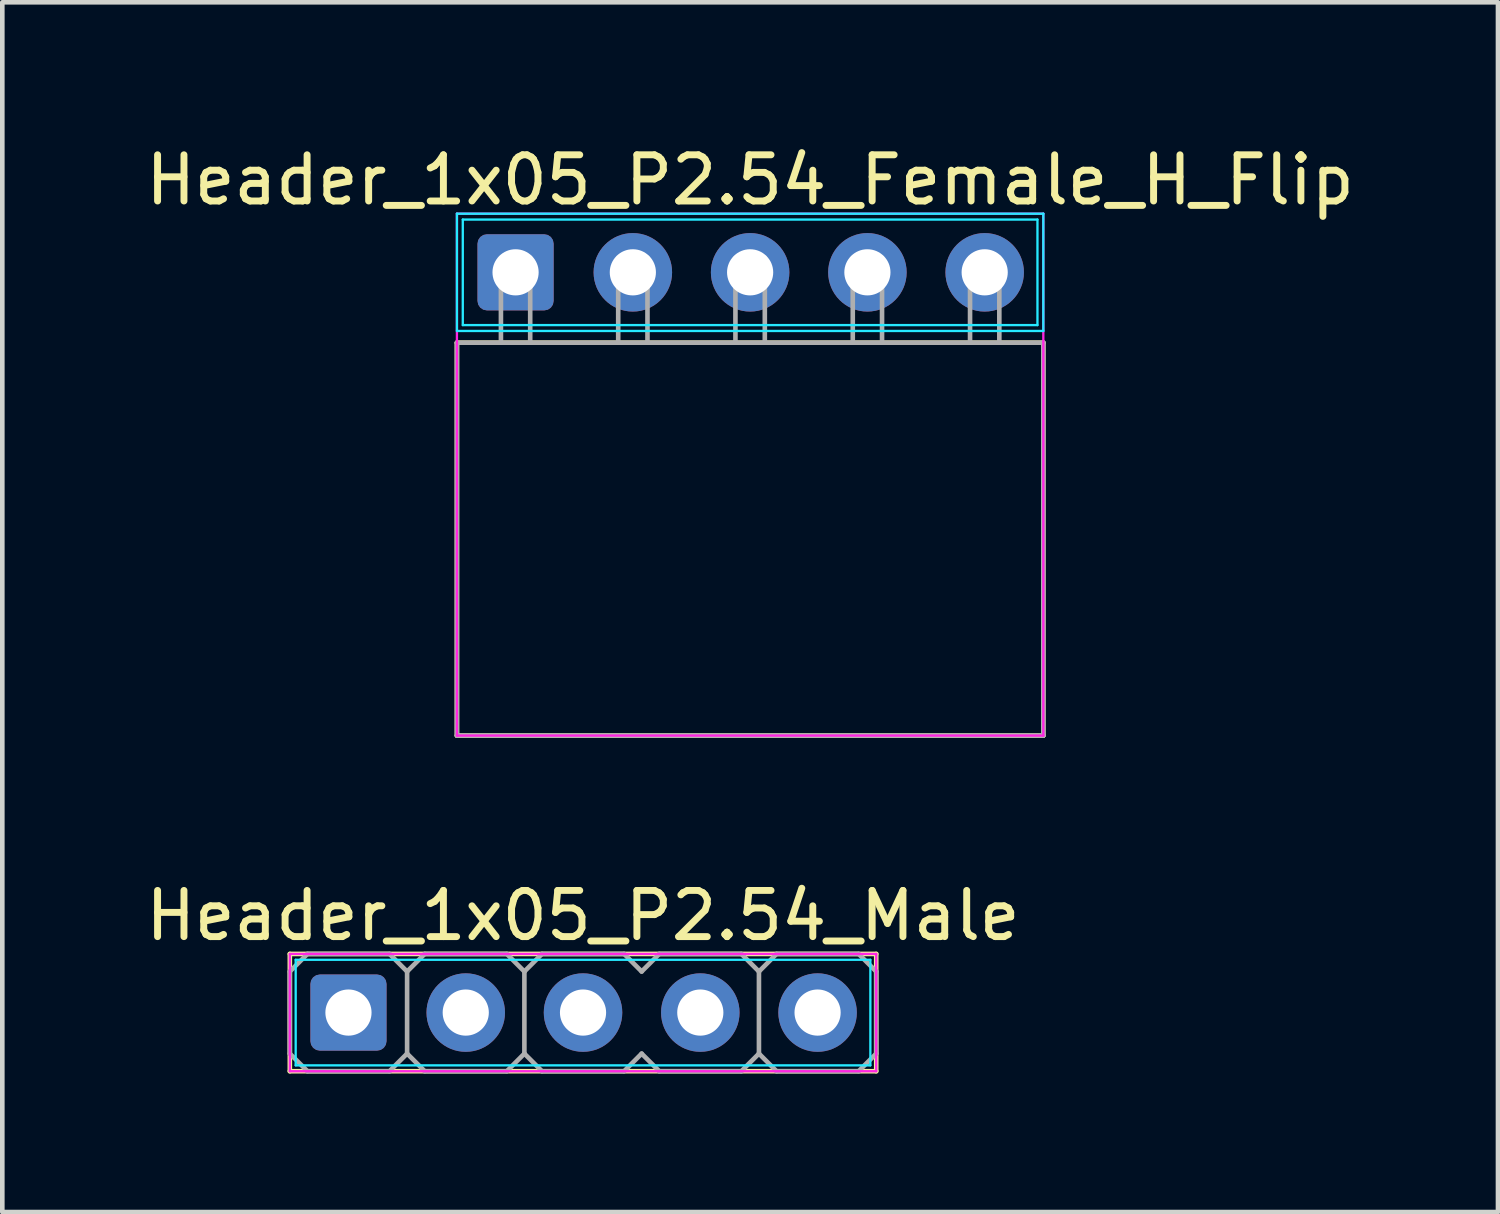
<source format=kicad_pcb>
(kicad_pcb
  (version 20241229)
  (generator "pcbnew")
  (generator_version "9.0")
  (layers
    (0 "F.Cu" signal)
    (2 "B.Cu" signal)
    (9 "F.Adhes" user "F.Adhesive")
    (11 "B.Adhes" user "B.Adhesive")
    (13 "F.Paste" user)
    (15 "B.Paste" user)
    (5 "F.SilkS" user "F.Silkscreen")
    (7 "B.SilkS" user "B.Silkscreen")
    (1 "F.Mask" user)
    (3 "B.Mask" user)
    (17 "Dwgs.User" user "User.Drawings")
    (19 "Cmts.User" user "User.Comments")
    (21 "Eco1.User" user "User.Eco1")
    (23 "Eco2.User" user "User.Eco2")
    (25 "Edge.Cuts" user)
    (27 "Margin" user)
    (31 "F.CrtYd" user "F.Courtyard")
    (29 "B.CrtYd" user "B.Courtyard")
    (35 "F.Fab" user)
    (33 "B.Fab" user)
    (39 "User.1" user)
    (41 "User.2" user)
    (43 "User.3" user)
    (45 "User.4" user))
  (footprint "Header_1x05_P2.54_Female_H_Flip"
    (layer "F.Cu")
    (at 13.196 2.848)
    (property "Reference" "Header_1x05_P2.54_Female_H_Flip" (at 0 -2 0) (layer "F.SilkS") (effects (font (size 1 1) (thickness 0.15))))
    (attr through_hole)
    (fp_line (start -6.35 1.524) (end -6.35 10.033) (stroke (width 0.1) (type solid)) (layer "F.SilkS"))
    (fp_line (start -6.35 10.033) (end 6.35 10.033) (stroke (width 0.1) (type solid)) (layer "F.SilkS"))
    (fp_line (start 6.35 1.524) (end -6.35 1.524) (stroke (width 0.1) (type solid)) (layer "F.SilkS"))
    (fp_line (start 6.35 10.033) (end 6.35 1.524) (stroke (width 0.1) (type solid)) (layer "F.SilkS"))
    (fp_line (start -6.35 -1.27) (end -6.35 1.27) (stroke (width 0.05) (type solid)) (layer "B.CrtYd"))
    (fp_line (start -6.35 1.27) (end 6.35 1.27) (stroke (width 0.05) (type solid)) (layer "B.CrtYd"))
    (fp_line (start -6.223 -1.143) (end -6.223 1.143) (stroke (width 0.05) (type solid)) (layer "B.CrtYd"))
    (fp_line (start -6.223 1.143) (end 6.223 1.143) (stroke (width 0.05) (type solid)) (layer "B.CrtYd"))
    (fp_line (start 6.223 -1.143) (end -6.223 -1.143) (stroke (width 0.05) (type solid)) (layer "B.CrtYd"))
    (fp_line (start 6.223 1.143) (end 6.223 -1.143) (stroke (width 0.05) (type solid)) (layer "B.CrtYd"))
    (fp_line (start 6.35 -1.27) (end -6.35 -1.27) (stroke (width 0.05) (type solid)) (layer "B.CrtYd"))
    (fp_line (start 6.35 1.27) (end 6.35 -1.27) (stroke (width 0.05) (type solid)) (layer "B.CrtYd"))
    (fp_line (start -6.35 -1.27) (end -6.35 10.033) (stroke (width 0.05) (type solid)) (layer "F.CrtYd"))
    (fp_line (start -6.35 10.033) (end 6.35 10.033) (stroke (width 0.05) (type solid)) (layer "F.CrtYd"))
    (fp_line (start 6.35 -1.27) (end -6.35 -1.27) (stroke (width 0.05) (type solid)) (layer "F.CrtYd"))
    (fp_line (start 6.35 10.033) (end 6.35 -1.27) (stroke (width 0.05) (type solid)) (layer "F.CrtYd"))
    (fp_line (start -6.35 1.524) (end -6.35 10.033) (stroke (width 0.1) (type solid)) (layer "F.Fab"))
    (fp_line (start -6.35 10.033) (end 6.35 10.033) (stroke (width 0.1) (type solid)) (layer "F.Fab"))
    (fp_line (start -5.397 0.318) (end -5.397 1.524) (stroke (width 0.1) (type solid)) (layer "F.Fab"))
    (fp_line (start -4.763 0.318) (end -4.763 1.524) (stroke (width 0.1) (type solid)) (layer "F.Fab"))
    (fp_line (start -2.857 0.318) (end -2.857 1.524) (stroke (width 0.1) (type solid)) (layer "F.Fab"))
    (fp_line (start -2.223 0.318) (end -2.223 1.524) (stroke (width 0.1) (type solid)) (layer "F.Fab"))
    (fp_line (start -0.318 0.318) (end -0.318 1.524) (stroke (width 0.1) (type solid)) (layer "F.Fab"))
    (fp_line (start 0.318 0.318) (end 0.318 1.524) (stroke (width 0.1) (type solid)) (layer "F.Fab"))
    (fp_line (start 2.223 0.318) (end 2.223 1.524) (stroke (width 0.1) (type solid)) (layer "F.Fab"))
    (fp_line (start 2.857 0.318) (end 2.857 1.524) (stroke (width 0.1) (type solid)) (layer "F.Fab"))
    (fp_line (start 4.763 0.318) (end 4.763 1.524) (stroke (width 0.1) (type solid)) (layer "F.Fab"))
    (fp_line (start 5.397 0.318) (end 5.397 1.524) (stroke (width 0.1) (type solid)) (layer "F.Fab"))
    (fp_line (start 6.35 1.524) (end -6.35 1.524) (stroke (width 0.1) (type solid)) (layer "F.Fab"))
    (fp_line (start 6.35 10.033) (end 6.35 1.524) (stroke (width 0.1) (type solid)) (layer "F.Fab"))
    (fp_poly (pts (xy -5.397 -0.318) (xy -4.763 -0.318) (xy -4.763 0.318) (xy -5.397 0.318)) (stroke (width 0.1) (type solid)) (fill no) (layer "F.Fab"))
    (fp_poly (pts (xy -2.857 -0.318) (xy -2.223 -0.318) (xy -2.223 0.318) (xy -2.857 0.318)) (stroke (width 0.1) (type solid)) (fill no) (layer "F.Fab"))
    (fp_poly (pts (xy -0.318 -0.318) (xy 0.318 -0.318) (xy 0.318 0.318) (xy -0.318 0.318)) (stroke (width 0.1) (type solid)) (fill no) (layer "F.Fab"))
    (fp_poly (pts (xy 2.223 -0.318) (xy 2.857 -0.318) (xy 2.857 0.318) (xy 2.223 0.318)) (stroke (width 0.1) (type solid)) (fill no) (layer "F.Fab"))
    (fp_poly (pts (xy 4.763 -0.318) (xy 5.397 -0.318) (xy 5.397 0.318) (xy 4.763 0.318)) (stroke (width 0.1) (type solid)) (fill no) (layer "F.Fab"))
    (pad "1" thru_hole roundrect (at -5.08 0) (size 1.65 1.65) (drill 1) (layers "*.Cu" "*.Mask") (roundrect_rratio 0.125))
    (pad "2" thru_hole circle (at -2.54 0) (size 1.7 1.7) (drill 1) (layers "*.Cu" "*.Mask"))
    (pad "3" thru_hole circle (at 0 0) (size 1.7 1.7) (drill 1) (layers "*.Cu" "*.Mask"))
    (pad "4" thru_hole circle (at 2.54 0) (size 1.7 1.7) (drill 1) (layers "*.Cu" "*.Mask"))
    (pad "5" thru_hole circle (at 5.08 0) (size 1.7 1.7) (drill 1) (layers "*.Cu" "*.Mask")))
  (footprint "Header_1x05_P2.54_Male"
    (layer "F.Cu")
    (at 9.577 18.88)
    (property "Reference" "Header_1x05_P2.54_Male" (at 0 -2.1 0) (layer "F.SilkS") (effects (font (size 1 1) (thickness 0.15))))
    (attr through_hole)
    (fp_line (start -6.35 -1.27) (end -6.35 1.27) (stroke (width 0.1) (type solid)) (layer "F.SilkS"))
    (fp_line (start -6.35 1.27) (end 6.35 1.27) (stroke (width 0.1) (type solid)) (layer "F.SilkS"))
    (fp_line (start 6.35 -1.27) (end -6.35 -1.27) (stroke (width 0.1) (type solid)) (layer "F.SilkS"))
    (fp_line (start 6.35 1.27) (end 6.35 -1.27) (stroke (width 0.1) (type solid)) (layer "F.SilkS"))
    (fp_line (start -6.223 -1.143) (end -6.223 1.143) (stroke (width 0.05) (type solid)) (layer "B.CrtYd"))
    (fp_line (start -6.223 1.143) (end 6.223 1.143) (stroke (width 0.05) (type solid)) (layer "B.CrtYd"))
    (fp_line (start 6.223 -1.143) (end -6.223 -1.143) (stroke (width 0.05) (type solid)) (layer "B.CrtYd"))
    (fp_line (start 6.223 1.143) (end 6.223 -1.143) (stroke (width 0.05) (type solid)) (layer "B.CrtYd"))
    (fp_line (start -6.35 -1.27) (end -6.35 1.27) (stroke (width 0.05) (type solid)) (layer "F.CrtYd"))
    (fp_line (start -6.35 1.27) (end 6.35 1.27) (stroke (width 0.05) (type solid)) (layer "F.CrtYd"))
    (fp_line (start 6.35 -1.27) (end -6.35 -1.27) (stroke (width 0.05) (type solid)) (layer "F.CrtYd"))
    (fp_line (start 6.35 1.27) (end 6.35 -1.27) (stroke (width 0.05) (type solid)) (layer "F.CrtYd"))
    (fp_line (start -6.35 -0.889) (end -6.35 0.889) (stroke (width 0.1) (type solid)) (layer "F.Fab"))
    (fp_line (start -6.35 0.889) (end -5.969 1.27) (stroke (width 0.1) (type solid)) (layer "F.Fab"))
    (fp_line (start -5.969 -1.27) (end -6.35 -0.889) (stroke (width 0.1) (type solid)) (layer "F.Fab"))
    (fp_line (start -5.969 -1.27) (end -4.191 -1.27) (stroke (width 0.1) (type solid)) (layer "F.Fab"))
    (fp_line (start -5.969 1.27) (end -4.191 1.27) (stroke (width 0.1) (type solid)) (layer "F.Fab"))
    (fp_line (start -4.191 -1.27) (end -3.81 -0.889) (stroke (width 0.1) (type solid)) (layer "F.Fab"))
    (fp_line (start -4.191 1.27) (end -3.81 0.889) (stroke (width 0.1) (type solid)) (layer "F.Fab"))
    (fp_line (start -3.81 -0.889) (end -3.81 0.889) (stroke (width 0.1) (type solid)) (layer "F.Fab"))
    (fp_line (start -3.81 0.889) (end -3.429 1.27) (stroke (width 0.1) (type solid)) (layer "F.Fab"))
    (fp_line (start -3.429 -1.27) (end -3.81 -0.889) (stroke (width 0.1) (type solid)) (layer "F.Fab"))
    (fp_line (start -3.429 -1.27) (end -1.651 -1.27) (stroke (width 0.1) (type solid)) (layer "F.Fab"))
    (fp_line (start -3.429 1.27) (end -1.651 1.27) (stroke (width 0.1) (type solid)) (layer "F.Fab"))
    (fp_line (start -1.651 -1.27) (end -1.27 -0.889) (stroke (width 0.1) (type solid)) (layer "F.Fab"))
    (fp_line (start -1.651 1.27) (end -1.27 0.889) (stroke (width 0.1) (type solid)) (layer "F.Fab"))
    (fp_line (start -1.27 -0.889) (end -1.27 0.889) (stroke (width 0.1) (type solid)) (layer "F.Fab"))
    (fp_line (start -1.27 0.889) (end -0.889 1.27) (stroke (width 0.1) (type solid)) (layer "F.Fab"))
    (fp_line (start -0.889 -1.27) (end -1.27 -0.889) (stroke (width 0.1) (type solid)) (layer "F.Fab"))
    (fp_line (start -0.889 -1.27) (end 0.889 -1.27) (stroke (width 0.1) (type solid)) (layer "F.Fab"))
    (fp_line (start -0.889 1.27) (end 0.889 1.27) (stroke (width 0.1) (type solid)) (layer "F.Fab"))
    (fp_line (start 0.889 -1.27) (end 1.27 -0.889) (stroke (width 0.1) (type solid)) (layer "F.Fab"))
    (fp_line (start 0.889 1.27) (end 1.27 0.889) (stroke (width 0.1) (type solid)) (layer "F.Fab"))
    (fp_line (start 1.27 0.889) (end 1.651 1.27) (stroke (width 0.1) (type solid)) (layer "F.Fab"))
    (fp_line (start 1.651 -1.27) (end 1.27 -0.889) (stroke (width 0.1) (type solid)) (layer "F.Fab"))
    (fp_line (start 1.651 -1.27) (end 3.429 -1.27) (stroke (width 0.1) (type solid)) (layer "F.Fab"))
    (fp_line (start 1.651 1.27) (end 3.429 1.27) (stroke (width 0.1) (type solid)) (layer "F.Fab"))
    (fp_line (start 3.429 -1.27) (end 3.81 -0.889) (stroke (width 0.1) (type solid)) (layer "F.Fab"))
    (fp_line (start 3.429 1.27) (end 3.81 0.889) (stroke (width 0.1) (type solid)) (layer "F.Fab"))
    (fp_line (start 3.81 -0.889) (end 3.81 0.889) (stroke (width 0.1) (type solid)) (layer "F.Fab"))
    (fp_line (start 3.81 0.889) (end 4.191 1.27) (stroke (width 0.1) (type solid)) (layer "F.Fab"))
    (fp_line (start 4.191 -1.27) (end 3.81 -0.889) (stroke (width 0.1) (type solid)) (layer "F.Fab"))
    (fp_line (start 4.191 -1.27) (end 5.969 -1.27) (stroke (width 0.1) (type solid)) (layer "F.Fab"))
    (fp_line (start 4.191 1.27) (end 5.969 1.27) (stroke (width 0.1) (type solid)) (layer "F.Fab"))
    (fp_line (start 5.969 -1.27) (end 6.35 -0.889) (stroke (width 0.1) (type solid)) (layer "F.Fab"))
    (fp_line (start 5.969 1.27) (end 6.35 0.889) (stroke (width 0.1) (type solid)) (layer "F.Fab"))
    (fp_line (start 6.35 -0.889) (end 6.35 0.889) (stroke (width 0.1) (type solid)) (layer "F.Fab"))
    (pad "1" thru_hole roundrect (at -5.08 0) (size 1.65 1.65) (drill 1) (layers "*.Cu" "*.Mask") (roundrect_rratio 0.125))
    (pad "2" thru_hole circle (at -2.54 0) (size 1.7 1.7) (drill 1) (layers "*.Cu" "*.Mask"))
    (pad "3" thru_hole circle (at 0 0) (size 1.7 1.7) (drill 1) (layers "*.Cu" "*.Mask"))
    (pad "4" thru_hole circle (at 2.54 0) (size 1.7 1.7) (drill 1) (layers "*.Cu" "*.Mask"))
    (pad "5" thru_hole circle (at 5.08 0) (size 1.7 1.7) (drill 1) (layers "*.Cu" "*.Mask")))
  (gr_rect
    (start -3 -3)
    (end 29.393 23.2)
    (stroke (width 0.1) (type default))
    (fill no)
    (layer "Edge.Cuts")))
</source>
